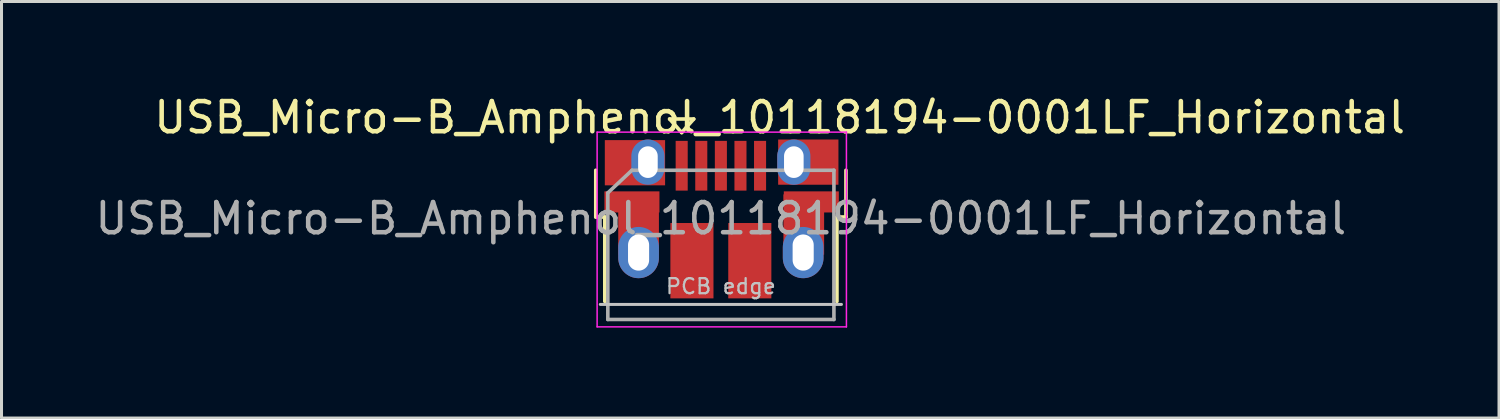
<source format=kicad_pcb>
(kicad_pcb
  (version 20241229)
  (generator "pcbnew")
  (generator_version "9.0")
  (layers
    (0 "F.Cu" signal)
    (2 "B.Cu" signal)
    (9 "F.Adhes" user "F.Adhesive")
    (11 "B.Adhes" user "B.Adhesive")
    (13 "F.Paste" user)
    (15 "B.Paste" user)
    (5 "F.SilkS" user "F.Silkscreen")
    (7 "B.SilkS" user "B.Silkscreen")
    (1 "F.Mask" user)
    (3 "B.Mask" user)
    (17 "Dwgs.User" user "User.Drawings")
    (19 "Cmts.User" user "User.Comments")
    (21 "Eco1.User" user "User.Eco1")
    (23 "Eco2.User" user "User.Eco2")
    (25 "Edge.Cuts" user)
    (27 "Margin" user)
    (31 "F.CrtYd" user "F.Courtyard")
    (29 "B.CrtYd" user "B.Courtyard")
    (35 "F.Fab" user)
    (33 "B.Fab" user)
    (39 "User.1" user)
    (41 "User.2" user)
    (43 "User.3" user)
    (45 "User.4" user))
  (footprint "USB_Micro-B_Amphenol_10118194-0001LF_Horizontal"
    (layer "F.Cu")
    (at 20.888 4.213)
    (property "Reference" "USB_Micro-B_Amphenol_10118194-0001LF_Horizontal" (at 1.925 -3.365 0) (layer "F.SilkS") (effects (font (size 1 1) (thickness 0.15))))
    (attr smd)
    (fp_line (start -4.175 -0.065) (end -4.175 -1.615) (stroke (width 0.12) (type solid)) (layer "F.SilkS"))
    (fp_line (start -4.175 -0.065) (end -3.875 -0.065) (stroke (width 0.12) (type solid)) (layer "F.SilkS"))
    (fp_line (start -3.875 2.735) (end -3.875 -0.065) (stroke (width 0.12) (type solid)) (layer "F.SilkS"))
    (fp_line (start -1.725 -3.315) (end -0.925 -3.315) (stroke (width 0.12) (type solid)) (layer "F.SilkS"))
    (fp_line (start -1.325 -2.865) (end -1.725 -3.315) (stroke (width 0.12) (type solid)) (layer "F.SilkS"))
    (fp_line (start -0.925 -3.315) (end -1.325 -2.865) (stroke (width 0.12) (type solid)) (layer "F.SilkS"))
    (fp_line (start 3.825 -0.065) (end 4.125 -0.065) (stroke (width 0.12) (type solid)) (layer "F.SilkS"))
    (fp_line (start 3.825 2.735) (end 3.825 -0.065) (stroke (width 0.12) (type solid)) (layer "F.SilkS"))
    (fp_line (start 4.125 -0.065) (end 4.125 -1.615) (stroke (width 0.12) (type solid)) (layer "F.SilkS"))
    (fp_line (start -4.025 2.835) (end 3.975 2.835) (stroke (width 0.1) (type solid)) (layer "Dwgs.User"))
    (fp_line (start -4.13 -2.88) (end -4.13 3.58) (stroke (width 0.05) (type solid)) (layer "F.CrtYd"))
    (fp_line (start -4.13 -2.88) (end 4.14 -2.88) (stroke (width 0.05) (type solid)) (layer "F.CrtYd"))
    (fp_line (start 4.14 3.58) (end -4.13 3.58) (stroke (width 0.05) (type solid)) (layer "F.CrtYd"))
    (fp_line (start 4.14 3.58) (end 4.14 -2.88) (stroke (width 0.05) (type solid)) (layer "F.CrtYd"))
    (fp_line (start -3.775 -0.865) (end -2.975 -1.615) (stroke (width 0.12) (type solid)) (layer "F.Fab"))
    (fp_line (start -3.775 3.335) (end -3.775 -0.865) (stroke (width 0.12) (type solid)) (layer "F.Fab"))
    (fp_line (start -2.975 -1.615) (end 3.725 -1.615) (stroke (width 0.12) (type solid)) (layer "F.Fab"))
    (fp_line (start 3.725 -1.615) (end 3.725 3.335) (stroke (width 0.12) (type solid)) (layer "F.Fab"))
    (fp_line (start 3.725 3.335) (end -3.775 3.335) (stroke (width 0.12) (type solid)) (layer "F.Fab"))
    (fp_text user "PCB edge" (at -0.025 2.235 0) (layer "Dwgs.User") (effects (font (size 0.5 0.5) (thickness 0.075))))
    (fp_text user "${REFERENCE}" (at -0.025 -0.015 0) (layer "F.Fab") (effects (font (size 1 1) (thickness 0.15))))
    (pad "1" smd rect (at -1.325 -1.765 90) (size 1.65 0.4) (layers "F.Cu" "F.Mask" "F.Paste"))
    (pad "2" smd rect (at -0.675 -1.765 90) (size 1.65 0.4) (layers "F.Cu" "F.Mask" "F.Paste"))
    (pad "3" smd rect (at -0.025 -1.765 90) (size 1.65 0.4) (layers "F.Cu" "F.Mask" "F.Paste"))
    (pad "4" smd rect (at 0.625 -1.765 90) (size 1.65 0.4) (layers "F.Cu" "F.Mask" "F.Paste"))
    (pad "5" smd rect (at 1.275 -1.765 90) (size 1.65 0.4) (layers "F.Cu" "F.Mask" "F.Paste"))
    (pad "6" smd rect (at -2.975 -0.565) (size 1.825 0.7) (layers "F.Cu" "F.Mask" "F.Paste"))
    (pad "6" smd rect (at -2.875 -1.865) (size 2 1.5) (layers "F.Cu" "F.Mask" "F.Paste"))
    (pad "6" smd rect (at -2.755 0.185) (size 1.35 2) (layers "F.Cu" "F.Mask" "F.Paste"))
    (pad "6" thru_hole oval (at -2.755 1.115 90) (size 1.7 1.35) (drill oval 1.2 0.7) (layers "*.Cu" "*.Mask"))
    (pad "6" thru_hole oval (at -2.445 -1.885 90) (size 1.5 1.1) (drill oval 1.05 0.65) (layers "*.Cu" "*.Mask"))
    (pad "6" smd rect (at -0.985 1.385 90) (size 2.5 1.43) (layers "F.Cu" "F.Mask" "F.Paste"))
    (pad "6" smd rect (at 0.935 1.385 90) (size 2.5 1.43) (layers "F.Cu" "F.Mask" "F.Paste"))
    (pad "6" thru_hole oval (at 2.395 -1.885 90) (size 1.5 1.1) (drill oval 1.05 0.65) (layers "*.Cu" "*.Mask"))
    (pad "6" thru_hole oval (at 2.705 1.115 90) (size 1.7 1.35) (drill oval 1.2 0.7) (layers "*.Cu" "*.Mask"))
    (pad "6" smd rect (at 2.725 0.185) (size 1.35 2) (layers "F.Cu" "F.Mask" "F.Paste"))
    (pad "6" smd rect (at 2.875 -1.885) (size 2 1.5) (layers "F.Cu" "F.Mask" "F.Paste"))
    (pad "6" smd rect (at 2.975 -0.565) (size 1.825 0.7) (layers "F.Cu" "F.Mask" "F.Paste")))
  (gr_rect
    (start -3 -3)
    (end 46.676 10.818)
    (stroke (width 0.1) (type default))
    (fill no)
    (layer "Edge.Cuts")))
</source>
